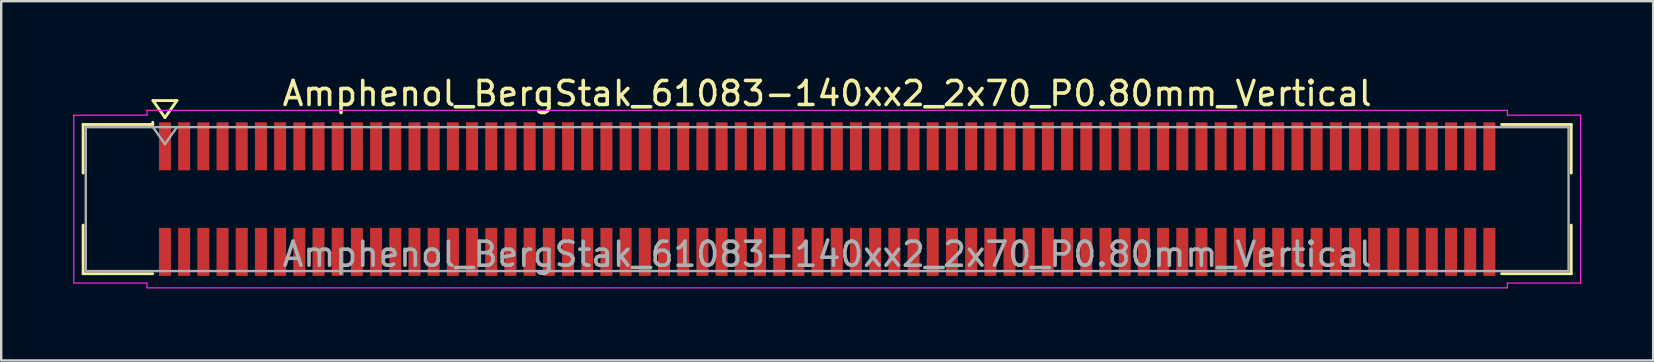
<source format=kicad_pcb>
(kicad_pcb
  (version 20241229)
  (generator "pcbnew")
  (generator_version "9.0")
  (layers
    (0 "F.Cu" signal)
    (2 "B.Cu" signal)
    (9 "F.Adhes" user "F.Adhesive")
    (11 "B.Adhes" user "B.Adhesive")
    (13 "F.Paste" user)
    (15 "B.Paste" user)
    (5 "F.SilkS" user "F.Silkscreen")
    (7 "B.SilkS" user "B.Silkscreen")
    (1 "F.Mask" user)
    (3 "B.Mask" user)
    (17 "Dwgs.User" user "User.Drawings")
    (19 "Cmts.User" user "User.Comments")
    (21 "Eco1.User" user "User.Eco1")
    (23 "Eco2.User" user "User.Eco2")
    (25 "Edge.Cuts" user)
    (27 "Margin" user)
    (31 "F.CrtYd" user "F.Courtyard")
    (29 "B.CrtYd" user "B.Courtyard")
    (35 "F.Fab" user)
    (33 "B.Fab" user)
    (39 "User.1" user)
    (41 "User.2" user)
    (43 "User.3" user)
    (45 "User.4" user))
  (footprint "Amphenol_BergStak_61083-140xx2_2x70_P0.80mm_Vertical"
    (layer "F.Cu")
    (at 31.425 5.248)
    (property "Reference" "Amphenol_BergStak_61083-140xx2_2x70_P0.80mm_Vertical" (at 0 -4.4 0) (layer "F.SilkS") (effects (font (size 1 1) (thickness 0.15))))
    (attr smd)
    (fp_line (start -31.01 -3.11) (end -28.11 -3.11) (stroke (width 0.12) (type solid)) (layer "F.SilkS"))
    (fp_line (start -31.01 -1.085) (end -31.01 -3.11) (stroke (width 0.12) (type solid)) (layer "F.SilkS"))
    (fp_line (start -31.01 1.085) (end -31.01 3.11) (stroke (width 0.12) (type solid)) (layer "F.SilkS"))
    (fp_line (start -31.01 3.11) (end -28.11 3.11) (stroke (width 0.12) (type solid)) (layer "F.SilkS"))
    (fp_line (start -28.11 -3.11) (end -28.11 -3.2) (stroke (width 0.12) (type solid)) (layer "F.SilkS"))
    (fp_line (start -28.1 -4.107) (end -27.6 -3.4) (stroke (width 0.12) (type solid)) (layer "F.SilkS"))
    (fp_line (start -27.6 -3.4) (end -27.1 -4.107) (stroke (width 0.12) (type solid)) (layer "F.SilkS"))
    (fp_line (start -27.1 -4.107) (end -28.1 -4.107) (stroke (width 0.12) (type solid)) (layer "F.SilkS"))
    (fp_line (start 31.01 -3.11) (end 28.11 -3.11) (stroke (width 0.12) (type solid)) (layer "F.SilkS"))
    (fp_line (start 31.01 -1.085) (end 31.01 -3.11) (stroke (width 0.12) (type solid)) (layer "F.SilkS"))
    (fp_line (start 31.01 1.085) (end 31.01 3.11) (stroke (width 0.12) (type solid)) (layer "F.SilkS"))
    (fp_line (start 31.01 3.11) (end 28.11 3.11) (stroke (width 0.12) (type solid)) (layer "F.SilkS"))
    (fp_line (start -31.4 -3.5) (end -31.4 3.5) (stroke (width 0.05) (type solid)) (layer "F.CrtYd"))
    (fp_line (start -31.4 3.5) (end -28.35 3.5) (stroke (width 0.05) (type solid)) (layer "F.CrtYd"))
    (fp_line (start -28.35 -3.7) (end -28.35 -3.5) (stroke (width 0.05) (type solid)) (layer "F.CrtYd"))
    (fp_line (start -28.35 -3.5) (end -31.4 -3.5) (stroke (width 0.05) (type solid)) (layer "F.CrtYd"))
    (fp_line (start -28.35 3.5) (end -28.35 3.7) (stroke (width 0.05) (type solid)) (layer "F.CrtYd"))
    (fp_line (start -28.35 3.7) (end 0 3.7) (stroke (width 0.05) (type solid)) (layer "F.CrtYd"))
    (fp_line (start 0 -3.7) (end -28.35 -3.7) (stroke (width 0.05) (type solid)) (layer "F.CrtYd"))
    (fp_line (start 0 -3.7) (end 28.35 -3.7) (stroke (width 0.05) (type solid)) (layer "F.CrtYd"))
    (fp_line (start 28.35 -3.7) (end 28.35 -3.5) (stroke (width 0.05) (type solid)) (layer "F.CrtYd"))
    (fp_line (start 28.35 -3.5) (end 31.4 -3.5) (stroke (width 0.05) (type solid)) (layer "F.CrtYd"))
    (fp_line (start 28.35 3.5) (end 28.35 3.7) (stroke (width 0.05) (type solid)) (layer "F.CrtYd"))
    (fp_line (start 28.35 3.7) (end 0 3.7) (stroke (width 0.05) (type solid)) (layer "F.CrtYd"))
    (fp_line (start 31.4 -3.5) (end 31.4 3.5) (stroke (width 0.05) (type solid)) (layer "F.CrtYd"))
    (fp_line (start 31.4 3.5) (end 28.35 3.5) (stroke (width 0.05) (type solid)) (layer "F.CrtYd"))
    (fp_line (start -30.9 -3) (end -30.9 3) (stroke (width 0.1) (type solid)) (layer "F.Fab"))
    (fp_line (start -30.9 3) (end 30.9 3) (stroke (width 0.1) (type solid)) (layer "F.Fab"))
    (fp_line (start -28.1 -3) (end -27.6 -2.293) (stroke (width 0.1) (type solid)) (layer "F.Fab"))
    (fp_line (start -27.6 -2.293) (end -27.1 -3) (stroke (width 0.1) (type solid)) (layer "F.Fab"))
    (fp_line (start 30.9 -3) (end -30.9 -3) (stroke (width 0.1) (type solid)) (layer "F.Fab"))
    (fp_line (start 30.9 3) (end 30.9 -3) (stroke (width 0.1) (type solid)) (layer "F.Fab"))
    (fp_text user "${REFERENCE}" (at 0 2.3 0) (layer "F.Fab") (effects (font (size 1 1) (thickness 0.15))))
    (pad "1" smd rect (at -27.6 -2.2) (size 0.5 2) (layers "F.Cu" "F.Mask" "F.Paste"))
    (pad "2" smd rect (at -27.6 2.2) (size 0.5 2) (layers "F.Cu" "F.Mask" "F.Paste"))
    (pad "3" smd rect (at -26.8 -2.2) (size 0.5 2) (layers "F.Cu" "F.Mask" "F.Paste"))
    (pad "4" smd rect (at -26.8 2.2) (size 0.5 2) (layers "F.Cu" "F.Mask" "F.Paste"))
    (pad "5" smd rect (at -26 -2.2) (size 0.5 2) (layers "F.Cu" "F.Mask" "F.Paste"))
    (pad "6" smd rect (at -26 2.2) (size 0.5 2) (layers "F.Cu" "F.Mask" "F.Paste"))
    (pad "7" smd rect (at -25.2 -2.2) (size 0.5 2) (layers "F.Cu" "F.Mask" "F.Paste"))
    (pad "8" smd rect (at -25.2 2.2) (size 0.5 2) (layers "F.Cu" "F.Mask" "F.Paste"))
    (pad "9" smd rect (at -24.4 -2.2) (size 0.5 2) (layers "F.Cu" "F.Mask" "F.Paste"))
    (pad "10" smd rect (at -24.4 2.2) (size 0.5 2) (layers "F.Cu" "F.Mask" "F.Paste"))
    (pad "11" smd rect (at -23.6 -2.2) (size 0.5 2) (layers "F.Cu" "F.Mask" "F.Paste"))
    (pad "12" smd rect (at -23.6 2.2) (size 0.5 2) (layers "F.Cu" "F.Mask" "F.Paste"))
    (pad "13" smd rect (at -22.8 -2.2) (size 0.5 2) (layers "F.Cu" "F.Mask" "F.Paste"))
    (pad "14" smd rect (at -22.8 2.2) (size 0.5 2) (layers "F.Cu" "F.Mask" "F.Paste"))
    (pad "15" smd rect (at -22 -2.2) (size 0.5 2) (layers "F.Cu" "F.Mask" "F.Paste"))
    (pad "16" smd rect (at -22 2.2) (size 0.5 2) (layers "F.Cu" "F.Mask" "F.Paste"))
    (pad "17" smd rect (at -21.2 -2.2) (size 0.5 2) (layers "F.Cu" "F.Mask" "F.Paste"))
    (pad "18" smd rect (at -21.2 2.2) (size 0.5 2) (layers "F.Cu" "F.Mask" "F.Paste"))
    (pad "19" smd rect (at -20.4 -2.2) (size 0.5 2) (layers "F.Cu" "F.Mask" "F.Paste"))
    (pad "20" smd rect (at -20.4 2.2) (size 0.5 2) (layers "F.Cu" "F.Mask" "F.Paste"))
    (pad "21" smd rect (at -19.6 -2.2) (size 0.5 2) (layers "F.Cu" "F.Mask" "F.Paste"))
    (pad "22" smd rect (at -19.6 2.2) (size 0.5 2) (layers "F.Cu" "F.Mask" "F.Paste"))
    (pad "23" smd rect (at -18.8 -2.2) (size 0.5 2) (layers "F.Cu" "F.Mask" "F.Paste"))
    (pad "24" smd rect (at -18.8 2.2) (size 0.5 2) (layers "F.Cu" "F.Mask" "F.Paste"))
    (pad "25" smd rect (at -18 -2.2) (size 0.5 2) (layers "F.Cu" "F.Mask" "F.Paste"))
    (pad "26" smd rect (at -18 2.2) (size 0.5 2) (layers "F.Cu" "F.Mask" "F.Paste"))
    (pad "27" smd rect (at -17.2 -2.2) (size 0.5 2) (layers "F.Cu" "F.Mask" "F.Paste"))
    (pad "28" smd rect (at -17.2 2.2) (size 0.5 2) (layers "F.Cu" "F.Mask" "F.Paste"))
    (pad "29" smd rect (at -16.4 -2.2) (size 0.5 2) (layers "F.Cu" "F.Mask" "F.Paste"))
    (pad "30" smd rect (at -16.4 2.2) (size 0.5 2) (layers "F.Cu" "F.Mask" "F.Paste"))
    (pad "31" smd rect (at -15.6 -2.2) (size 0.5 2) (layers "F.Cu" "F.Mask" "F.Paste"))
    (pad "32" smd rect (at -15.6 2.2) (size 0.5 2) (layers "F.Cu" "F.Mask" "F.Paste"))
    (pad "33" smd rect (at -14.8 -2.2) (size 0.5 2) (layers "F.Cu" "F.Mask" "F.Paste"))
    (pad "34" smd rect (at -14.8 2.2) (size 0.5 2) (layers "F.Cu" "F.Mask" "F.Paste"))
    (pad "35" smd rect (at -14 -2.2) (size 0.5 2) (layers "F.Cu" "F.Mask" "F.Paste"))
    (pad "36" smd rect (at -14 2.2) (size 0.5 2) (layers "F.Cu" "F.Mask" "F.Paste"))
    (pad "37" smd rect (at -13.2 -2.2) (size 0.5 2) (layers "F.Cu" "F.Mask" "F.Paste"))
    (pad "38" smd rect (at -13.2 2.2) (size 0.5 2) (layers "F.Cu" "F.Mask" "F.Paste"))
    (pad "39" smd rect (at -12.4 -2.2) (size 0.5 2) (layers "F.Cu" "F.Mask" "F.Paste"))
    (pad "40" smd rect (at -12.4 2.2) (size 0.5 2) (layers "F.Cu" "F.Mask" "F.Paste"))
    (pad "41" smd rect (at -11.6 -2.2) (size 0.5 2) (layers "F.Cu" "F.Mask" "F.Paste"))
    (pad "42" smd rect (at -11.6 2.2) (size 0.5 2) (layers "F.Cu" "F.Mask" "F.Paste"))
    (pad "43" smd rect (at -10.8 -2.2) (size 0.5 2) (layers "F.Cu" "F.Mask" "F.Paste"))
    (pad "44" smd rect (at -10.8 2.2) (size 0.5 2) (layers "F.Cu" "F.Mask" "F.Paste"))
    (pad "45" smd rect (at -10 -2.2) (size 0.5 2) (layers "F.Cu" "F.Mask" "F.Paste"))
    (pad "46" smd rect (at -10 2.2) (size 0.5 2) (layers "F.Cu" "F.Mask" "F.Paste"))
    (pad "47" smd rect (at -9.2 -2.2) (size 0.5 2) (layers "F.Cu" "F.Mask" "F.Paste"))
    (pad "48" smd rect (at -9.2 2.2) (size 0.5 2) (layers "F.Cu" "F.Mask" "F.Paste"))
    (pad "49" smd rect (at -8.4 -2.2) (size 0.5 2) (layers "F.Cu" "F.Mask" "F.Paste"))
    (pad "50" smd rect (at -8.4 2.2) (size 0.5 2) (layers "F.Cu" "F.Mask" "F.Paste"))
    (pad "51" smd rect (at -7.6 -2.2) (size 0.5 2) (layers "F.Cu" "F.Mask" "F.Paste"))
    (pad "52" smd rect (at -7.6 2.2) (size 0.5 2) (layers "F.Cu" "F.Mask" "F.Paste"))
    (pad "53" smd rect (at -6.8 -2.2) (size 0.5 2) (layers "F.Cu" "F.Mask" "F.Paste"))
    (pad "54" smd rect (at -6.8 2.2) (size 0.5 2) (layers "F.Cu" "F.Mask" "F.Paste"))
    (pad "55" smd rect (at -6 -2.2) (size 0.5 2) (layers "F.Cu" "F.Mask" "F.Paste"))
    (pad "56" smd rect (at -6 2.2) (size 0.5 2) (layers "F.Cu" "F.Mask" "F.Paste"))
    (pad "57" smd rect (at -5.2 -2.2) (size 0.5 2) (layers "F.Cu" "F.Mask" "F.Paste"))
    (pad "58" smd rect (at -5.2 2.2) (size 0.5 2) (layers "F.Cu" "F.Mask" "F.Paste"))
    (pad "59" smd rect (at -4.4 -2.2) (size 0.5 2) (layers "F.Cu" "F.Mask" "F.Paste"))
    (pad "60" smd rect (at -4.4 2.2) (size 0.5 2) (layers "F.Cu" "F.Mask" "F.Paste"))
    (pad "61" smd rect (at -3.6 -2.2) (size 0.5 2) (layers "F.Cu" "F.Mask" "F.Paste"))
    (pad "62" smd rect (at -3.6 2.2) (size 0.5 2) (layers "F.Cu" "F.Mask" "F.Paste"))
    (pad "63" smd rect (at -2.8 -2.2) (size 0.5 2) (layers "F.Cu" "F.Mask" "F.Paste"))
    (pad "64" smd rect (at -2.8 2.2) (size 0.5 2) (layers "F.Cu" "F.Mask" "F.Paste"))
    (pad "65" smd rect (at -2 -2.2) (size 0.5 2) (layers "F.Cu" "F.Mask" "F.Paste"))
    (pad "66" smd rect (at -2 2.2) (size 0.5 2) (layers "F.Cu" "F.Mask" "F.Paste"))
    (pad "67" smd rect (at -1.2 -2.2) (size 0.5 2) (layers "F.Cu" "F.Mask" "F.Paste"))
    (pad "68" smd rect (at -1.2 2.2) (size 0.5 2) (layers "F.Cu" "F.Mask" "F.Paste"))
    (pad "69" smd rect (at -0.4 -2.2) (size 0.5 2) (layers "F.Cu" "F.Mask" "F.Paste"))
    (pad "70" smd rect (at -0.4 2.2) (size 0.5 2) (layers "F.Cu" "F.Mask" "F.Paste"))
    (pad "71" smd rect (at 0.4 -2.2) (size 0.5 2) (layers "F.Cu" "F.Mask" "F.Paste"))
    (pad "72" smd rect (at 0.4 2.2) (size 0.5 2) (layers "F.Cu" "F.Mask" "F.Paste"))
    (pad "73" smd rect (at 1.2 -2.2) (size 0.5 2) (layers "F.Cu" "F.Mask" "F.Paste"))
    (pad "74" smd rect (at 1.2 2.2) (size 0.5 2) (layers "F.Cu" "F.Mask" "F.Paste"))
    (pad "75" smd rect (at 2 -2.2) (size 0.5 2) (layers "F.Cu" "F.Mask" "F.Paste"))
    (pad "76" smd rect (at 2 2.2) (size 0.5 2) (layers "F.Cu" "F.Mask" "F.Paste"))
    (pad "77" smd rect (at 2.8 -2.2) (size 0.5 2) (layers "F.Cu" "F.Mask" "F.Paste"))
    (pad "78" smd rect (at 2.8 2.2) (size 0.5 2) (layers "F.Cu" "F.Mask" "F.Paste"))
    (pad "79" smd rect (at 3.6 -2.2) (size 0.5 2) (layers "F.Cu" "F.Mask" "F.Paste"))
    (pad "80" smd rect (at 3.6 2.2) (size 0.5 2) (layers "F.Cu" "F.Mask" "F.Paste"))
    (pad "81" smd rect (at 4.4 -2.2) (size 0.5 2) (layers "F.Cu" "F.Mask" "F.Paste"))
    (pad "82" smd rect (at 4.4 2.2) (size 0.5 2) (layers "F.Cu" "F.Mask" "F.Paste"))
    (pad "83" smd rect (at 5.2 -2.2) (size 0.5 2) (layers "F.Cu" "F.Mask" "F.Paste"))
    (pad "84" smd rect (at 5.2 2.2) (size 0.5 2) (layers "F.Cu" "F.Mask" "F.Paste"))
    (pad "85" smd rect (at 6 -2.2) (size 0.5 2) (layers "F.Cu" "F.Mask" "F.Paste"))
    (pad "86" smd rect (at 6 2.2) (size 0.5 2) (layers "F.Cu" "F.Mask" "F.Paste"))
    (pad "87" smd rect (at 6.8 -2.2) (size 0.5 2) (layers "F.Cu" "F.Mask" "F.Paste"))
    (pad "88" smd rect (at 6.8 2.2) (size 0.5 2) (layers "F.Cu" "F.Mask" "F.Paste"))
    (pad "89" smd rect (at 7.6 -2.2) (size 0.5 2) (layers "F.Cu" "F.Mask" "F.Paste"))
    (pad "90" smd rect (at 7.6 2.2) (size 0.5 2) (layers "F.Cu" "F.Mask" "F.Paste"))
    (pad "91" smd rect (at 8.4 -2.2) (size 0.5 2) (layers "F.Cu" "F.Mask" "F.Paste"))
    (pad "92" smd rect (at 8.4 2.2) (size 0.5 2) (layers "F.Cu" "F.Mask" "F.Paste"))
    (pad "93" smd rect (at 9.2 -2.2) (size 0.5 2) (layers "F.Cu" "F.Mask" "F.Paste"))
    (pad "94" smd rect (at 9.2 2.2) (size 0.5 2) (layers "F.Cu" "F.Mask" "F.Paste"))
    (pad "95" smd rect (at 10 -2.2) (size 0.5 2) (layers "F.Cu" "F.Mask" "F.Paste"))
    (pad "96" smd rect (at 10 2.2) (size 0.5 2) (layers "F.Cu" "F.Mask" "F.Paste"))
    (pad "97" smd rect (at 10.8 -2.2) (size 0.5 2) (layers "F.Cu" "F.Mask" "F.Paste"))
    (pad "98" smd rect (at 10.8 2.2) (size 0.5 2) (layers "F.Cu" "F.Mask" "F.Paste"))
    (pad "99" smd rect (at 11.6 -2.2) (size 0.5 2) (layers "F.Cu" "F.Mask" "F.Paste"))
    (pad "100" smd rect (at 11.6 2.2) (size 0.5 2) (layers "F.Cu" "F.Mask" "F.Paste"))
    (pad "101" smd rect (at 12.4 -2.2) (size 0.5 2) (layers "F.Cu" "F.Mask" "F.Paste"))
    (pad "102" smd rect (at 12.4 2.2) (size 0.5 2) (layers "F.Cu" "F.Mask" "F.Paste"))
    (pad "103" smd rect (at 13.2 -2.2) (size 0.5 2) (layers "F.Cu" "F.Mask" "F.Paste"))
    (pad "104" smd rect (at 13.2 2.2) (size 0.5 2) (layers "F.Cu" "F.Mask" "F.Paste"))
    (pad "105" smd rect (at 14 -2.2) (size 0.5 2) (layers "F.Cu" "F.Mask" "F.Paste"))
    (pad "106" smd rect (at 14 2.2) (size 0.5 2) (layers "F.Cu" "F.Mask" "F.Paste"))
    (pad "107" smd rect (at 14.8 -2.2) (size 0.5 2) (layers "F.Cu" "F.Mask" "F.Paste"))
    (pad "108" smd rect (at 14.8 2.2) (size 0.5 2) (layers "F.Cu" "F.Mask" "F.Paste"))
    (pad "109" smd rect (at 15.6 -2.2) (size 0.5 2) (layers "F.Cu" "F.Mask" "F.Paste"))
    (pad "110" smd rect (at 15.6 2.2) (size 0.5 2) (layers "F.Cu" "F.Mask" "F.Paste"))
    (pad "111" smd rect (at 16.4 -2.2) (size 0.5 2) (layers "F.Cu" "F.Mask" "F.Paste"))
    (pad "112" smd rect (at 16.4 2.2) (size 0.5 2) (layers "F.Cu" "F.Mask" "F.Paste"))
    (pad "113" smd rect (at 17.2 -2.2) (size 0.5 2) (layers "F.Cu" "F.Mask" "F.Paste"))
    (pad "114" smd rect (at 17.2 2.2) (size 0.5 2) (layers "F.Cu" "F.Mask" "F.Paste"))
    (pad "115" smd rect (at 18 -2.2) (size 0.5 2) (layers "F.Cu" "F.Mask" "F.Paste"))
    (pad "116" smd rect (at 18 2.2) (size 0.5 2) (layers "F.Cu" "F.Mask" "F.Paste"))
    (pad "117" smd rect (at 18.8 -2.2) (size 0.5 2) (layers "F.Cu" "F.Mask" "F.Paste"))
    (pad "118" smd rect (at 18.8 2.2) (size 0.5 2) (layers "F.Cu" "F.Mask" "F.Paste"))
    (pad "119" smd rect (at 19.6 -2.2) (size 0.5 2) (layers "F.Cu" "F.Mask" "F.Paste"))
    (pad "120" smd rect (at 19.6 2.2) (size 0.5 2) (layers "F.Cu" "F.Mask" "F.Paste"))
    (pad "121" smd rect (at 20.4 -2.2) (size 0.5 2) (layers "F.Cu" "F.Mask" "F.Paste"))
    (pad "122" smd rect (at 20.4 2.2) (size 0.5 2) (layers "F.Cu" "F.Mask" "F.Paste"))
    (pad "123" smd rect (at 21.2 -2.2) (size 0.5 2) (layers "F.Cu" "F.Mask" "F.Paste"))
    (pad "124" smd rect (at 21.2 2.2) (size 0.5 2) (layers "F.Cu" "F.Mask" "F.Paste"))
    (pad "125" smd rect (at 22 -2.2) (size 0.5 2) (layers "F.Cu" "F.Mask" "F.Paste"))
    (pad "126" smd rect (at 22 2.2) (size 0.5 2) (layers "F.Cu" "F.Mask" "F.Paste"))
    (pad "127" smd rect (at 22.8 -2.2) (size 0.5 2) (layers "F.Cu" "F.Mask" "F.Paste"))
    (pad "128" smd rect (at 22.8 2.2) (size 0.5 2) (layers "F.Cu" "F.Mask" "F.Paste"))
    (pad "129" smd rect (at 23.6 -2.2) (size 0.5 2) (layers "F.Cu" "F.Mask" "F.Paste"))
    (pad "130" smd rect (at 23.6 2.2) (size 0.5 2) (layers "F.Cu" "F.Mask" "F.Paste"))
    (pad "131" smd rect (at 24.4 -2.2) (size 0.5 2) (layers "F.Cu" "F.Mask" "F.Paste"))
    (pad "132" smd rect (at 24.4 2.2) (size 0.5 2) (layers "F.Cu" "F.Mask" "F.Paste"))
    (pad "133" smd rect (at 25.2 -2.2) (size 0.5 2) (layers "F.Cu" "F.Mask" "F.Paste"))
    (pad "134" smd rect (at 25.2 2.2) (size 0.5 2) (layers "F.Cu" "F.Mask" "F.Paste"))
    (pad "135" smd rect (at 26 -2.2) (size 0.5 2) (layers "F.Cu" "F.Mask" "F.Paste"))
    (pad "136" smd rect (at 26 2.2) (size 0.5 2) (layers "F.Cu" "F.Mask" "F.Paste"))
    (pad "137" smd rect (at 26.8 -2.2) (size 0.5 2) (layers "F.Cu" "F.Mask" "F.Paste"))
    (pad "138" smd rect (at 26.8 2.2) (size 0.5 2) (layers "F.Cu" "F.Mask" "F.Paste"))
    (pad "139" smd rect (at 27.6 -2.2) (size 0.5 2) (layers "F.Cu" "F.Mask" "F.Paste"))
    (pad "140" smd rect (at 27.6 2.2) (size 0.5 2) (layers "F.Cu" "F.Mask" "F.Paste")))
  (gr_rect
    (start -3 -3)
    (end 65.85 11.973)
    (stroke (width 0.1) (type default))
    (fill no)
    (layer "Edge.Cuts")))
</source>
